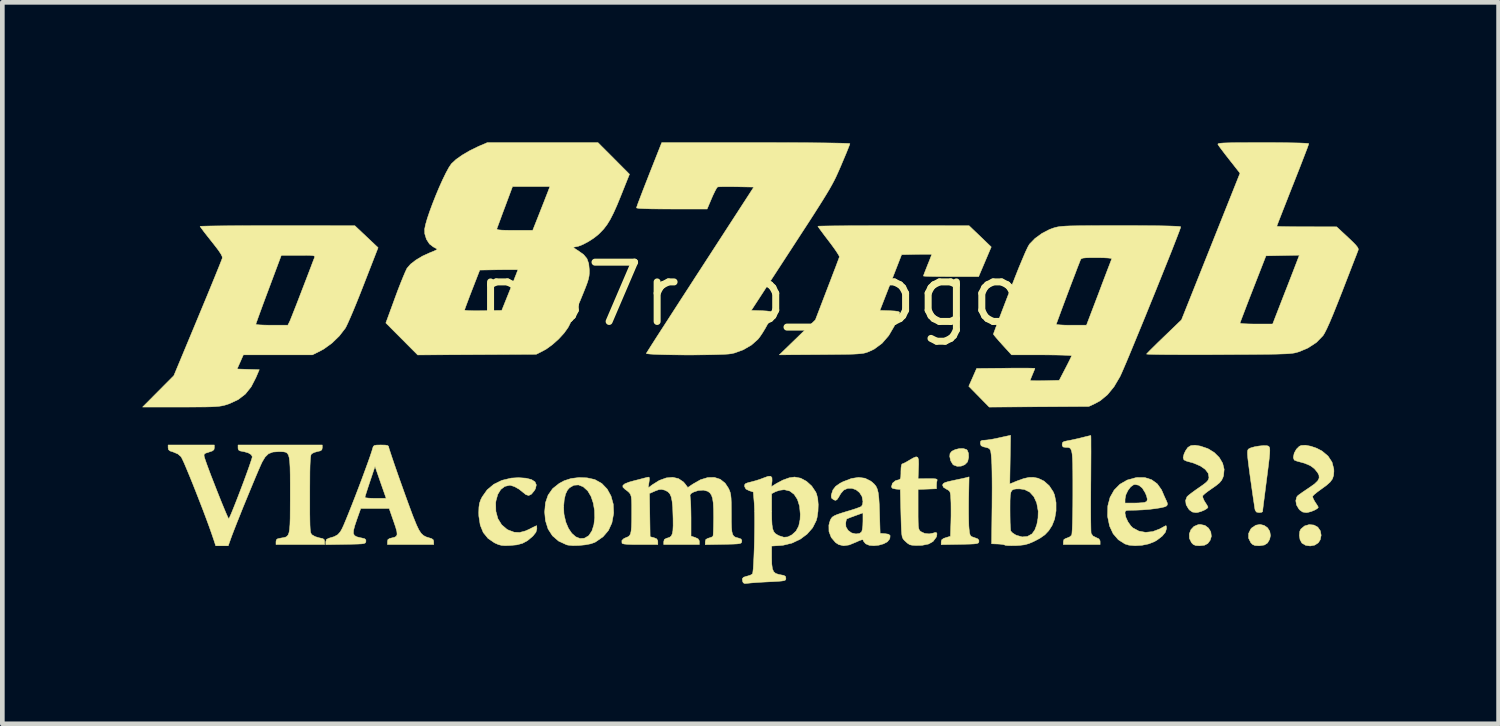
<source format=kicad_pcb>
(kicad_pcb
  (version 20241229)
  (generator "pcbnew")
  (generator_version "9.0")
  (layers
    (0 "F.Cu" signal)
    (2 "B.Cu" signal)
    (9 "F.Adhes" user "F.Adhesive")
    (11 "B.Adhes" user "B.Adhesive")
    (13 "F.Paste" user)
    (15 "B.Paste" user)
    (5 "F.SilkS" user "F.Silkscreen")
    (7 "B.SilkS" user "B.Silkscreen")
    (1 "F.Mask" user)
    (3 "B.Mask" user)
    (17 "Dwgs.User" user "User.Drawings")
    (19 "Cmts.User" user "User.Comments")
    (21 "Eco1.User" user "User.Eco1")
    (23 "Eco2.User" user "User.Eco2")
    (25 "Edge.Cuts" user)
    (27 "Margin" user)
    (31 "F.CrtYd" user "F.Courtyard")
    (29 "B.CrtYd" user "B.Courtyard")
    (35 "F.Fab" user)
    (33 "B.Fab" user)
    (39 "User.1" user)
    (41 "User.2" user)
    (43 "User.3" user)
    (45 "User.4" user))
  (footprint "p87rgb_logo"
    (layer "F.Cu")
    (at 13.022 3.256)
    (property "Reference" "p87rgb_logo" (at 0 0 0) (layer "F.SilkS") (effects (font (size 1.27 1.27) (thickness 0.15))))
    (attr through_hole)
    (fp_poly (pts (xy 12.074 4.941) (xy 12.156 4.986) (xy 12.21 5.064) (xy 12.228 5.159) (xy 12.208 5.256) (xy 12.166 5.322) (xy 12.089 5.371) (xy 11.993 5.389) (xy 11.896 5.375) (xy 11.819 5.329) (xy 11.815 5.326) (xy 11.776 5.255) (xy 11.761 5.164) (xy 11.77 5.075) (xy 11.793 5.027) (xy 11.873 4.96) (xy 11.972 4.931) (xy 12.074 4.941)) (stroke (width 0.01) (type solid)) (fill yes) (layer "F.SilkS"))
    (fp_poly (pts (xy 4.63 3.323) (xy 4.647 3.338) (xy 4.673 3.402) (xy 4.677 3.488) (xy 4.658 3.573) (xy 4.649 3.593) (xy 4.594 3.648) (xy 4.515 3.679) (xy 4.429 3.682) (xy 4.355 3.655) (xy 4.337 3.639) (xy 4.292 3.563) (xy 4.272 3.473) (xy 4.278 3.409) (xy 4.317 3.36) (xy 4.39 3.324) (xy 4.477 3.303) (xy 4.563 3.302) (xy 4.63 3.323)) (stroke (width 0.01) (type solid)) (fill yes) (layer "F.SilkS"))
    (fp_poly (pts (xy 9.739 4.949) (xy 9.816 5.007) (xy 9.864 5.088) (xy 9.876 5.183) (xy 9.851 5.266) (xy 9.799 5.336) (xy 9.728 5.373) (xy 9.624 5.384) (xy 9.622 5.384) (xy 9.541 5.379) (xy 9.489 5.357) (xy 9.451 5.318) (xy 9.406 5.226) (xy 9.404 5.129) (xy 9.438 5.04) (xy 9.504 4.97) (xy 9.594 4.932) (xy 9.639 4.928) (xy 9.739 4.949)) (stroke (width 0.01) (type solid)) (fill yes) (layer "F.SilkS"))
    (fp_poly (pts (xy 11.007 4.949) (xy 11.079 4.999) (xy 11.127 5.074) (xy 11.142 5.166) (xy 11.125 5.245) (xy 11.08 5.324) (xy 11.013 5.368) (xy 10.911 5.384) (xy 10.892 5.384) (xy 10.811 5.379) (xy 10.759 5.357) (xy 10.721 5.318) (xy 10.673 5.221) (xy 10.674 5.12) (xy 10.721 5.025) (xy 10.742 5.002) (xy 10.829 4.944) (xy 10.92 4.928) (xy 11.007 4.949)) (stroke (width 0.01) (type solid)) (fill yes) (layer "F.SilkS"))
    (fp_poly (pts (xy 11.065 3.241) (xy 11.095 3.249) (xy 11.11 3.26) (xy 11.12 3.276) (xy 11.127 3.305) (xy 11.128 3.35) (xy 11.125 3.417) (xy 11.116 3.513) (xy 11.101 3.641) (xy 11.08 3.808) (xy 11.053 4.018) (xy 11.047 4.064) (xy 11.026 4.229) (xy 11.007 4.377) (xy 10.991 4.501) (xy 10.98 4.592) (xy 10.974 4.645) (xy 10.973 4.655) (xy 10.951 4.668) (xy 10.899 4.674) (xy 10.841 4.662) (xy 10.814 4.621) (xy 10.813 4.616) (xy 10.805 4.576) (xy 10.793 4.493) (xy 10.775 4.375) (xy 10.754 4.23) (xy 10.731 4.066) (xy 10.715 3.956) (xy 10.689 3.765) (xy 10.67 3.618) (xy 10.657 3.508) (xy 10.651 3.43) (xy 10.65 3.378) (xy 10.654 3.344) (xy 10.663 3.323) (xy 10.671 3.313) (xy 10.719 3.288) (xy 10.8 3.265) (xy 10.897 3.248) (xy 10.991 3.239) (xy 11.065 3.241)) (stroke (width 0.01) (type solid)) (fill yes) (layer "F.SilkS"))
    (fp_poly (pts (xy 4.677 4.385) (xy 4.676 4.548) (xy 4.676 4.706) (xy 4.678 4.847) (xy 4.681 4.958) (xy 4.686 5.02) (xy 4.696 5.108) (xy 4.71 5.158) (xy 4.735 5.186) (xy 4.781 5.204) (xy 4.804 5.211) (xy 4.87 5.236) (xy 4.896 5.266) (xy 4.897 5.294) (xy 4.892 5.314) (xy 4.878 5.328) (xy 4.847 5.338) (xy 4.792 5.345) (xy 4.706 5.349) (xy 4.581 5.352) (xy 4.489 5.354) (xy 4.089 5.361) (xy 4.089 5.301) (xy 4.1 5.257) (xy 4.141 5.227) (xy 4.188 5.211) (xy 4.287 5.181) (xy 4.297 4.886) (xy 4.3 4.744) (xy 4.3 4.598) (xy 4.299 4.469) (xy 4.296 4.401) (xy 4.291 4.305) (xy 4.281 4.245) (xy 4.264 4.211) (xy 4.231 4.187) (xy 4.2 4.171) (xy 4.137 4.131) (xy 4.119 4.087) (xy 4.12 4.08) (xy 4.133 4.054) (xy 4.168 4.032) (xy 4.235 4.011) (xy 4.343 3.987) (xy 4.45 3.964) (xy 4.545 3.944) (xy 4.611 3.929) (xy 4.623 3.926) (xy 4.686 3.909) (xy 4.677 4.385)) (stroke (width 0.01) (type solid)) (fill yes) (layer "F.SilkS"))
    (fp_poly (pts (xy 9.639 3.249) (xy 9.802 3.304) (xy 9.939 3.388) (xy 10.046 3.495) (xy 10.118 3.617) (xy 10.15 3.748) (xy 10.137 3.882) (xy 10.125 3.919) (xy 10.096 3.98) (xy 10.052 4.034) (xy 9.982 4.092) (xy 9.895 4.153) (xy 9.808 4.214) (xy 9.739 4.267) (xy 9.697 4.306) (xy 9.69 4.316) (xy 9.695 4.357) (xy 9.722 4.419) (xy 9.74 4.448) (xy 9.779 4.509) (xy 9.802 4.551) (xy 9.804 4.559) (xy 9.782 4.587) (xy 9.727 4.62) (xy 9.656 4.65) (xy 9.584 4.67) (xy 9.546 4.674) (xy 9.47 4.662) (xy 9.41 4.62) (xy 9.388 4.595) (xy 9.336 4.506) (xy 9.324 4.414) (xy 9.354 4.336) (xy 9.387 4.304) (xy 9.453 4.253) (xy 9.539 4.19) (xy 9.601 4.147) (xy 9.701 4.077) (xy 9.766 4.026) (xy 9.803 3.985) (xy 9.82 3.947) (xy 9.825 3.92) (xy 9.809 3.832) (xy 9.746 3.749) (xy 9.64 3.675) (xy 9.494 3.613) (xy 9.341 3.57) (xy 9.289 3.545) (xy 9.272 3.496) (xy 9.291 3.419) (xy 9.322 3.352) (xy 9.373 3.278) (xy 9.438 3.239) (xy 9.526 3.231) (xy 9.639 3.249)) (stroke (width 0.01) (type solid)) (fill yes) (layer "F.SilkS"))
    (fp_poly (pts (xy 12.009 3.253) (xy 12.133 3.296) (xy 12.248 3.356) (xy 12.249 3.357) (xy 12.376 3.464) (xy 12.461 3.594) (xy 12.499 3.741) (xy 12.501 3.789) (xy 12.494 3.878) (xy 12.47 3.951) (xy 12.422 4.018) (xy 12.343 4.089) (xy 12.228 4.173) (xy 12.147 4.232) (xy 12.083 4.284) (xy 12.048 4.32) (xy 12.045 4.327) (xy 12.054 4.366) (xy 12.085 4.427) (xy 12.102 4.454) (xy 12.141 4.513) (xy 12.164 4.553) (xy 12.167 4.561) (xy 12.145 4.588) (xy 12.09 4.62) (xy 12.018 4.65) (xy 11.947 4.669) (xy 11.909 4.674) (xy 11.832 4.662) (xy 11.772 4.62) (xy 11.75 4.595) (xy 11.7 4.51) (xy 11.685 4.42) (xy 11.704 4.342) (xy 11.728 4.311) (xy 11.769 4.28) (xy 11.84 4.23) (xy 11.929 4.17) (xy 11.969 4.143) (xy 12.083 4.063) (xy 12.154 3.995) (xy 12.185 3.934) (xy 12.181 3.873) (xy 12.152 3.817) (xy 12.083 3.733) (xy 11.993 3.667) (xy 11.872 3.616) (xy 11.711 3.572) (xy 11.703 3.57) (xy 11.651 3.548) (xy 11.634 3.5) (xy 11.633 3.486) (xy 11.651 3.4) (xy 11.697 3.317) (xy 11.759 3.255) (xy 11.801 3.236) (xy 11.893 3.231) (xy 12.009 3.253)) (stroke (width 0.01) (type solid)) (fill yes) (layer "F.SilkS"))
    (fp_poly (pts (xy -4.805 3.937) (xy -4.687 3.967) (xy -4.612 4.015) (xy -4.584 4.081) (xy -4.602 4.162) (xy -4.627 4.205) (xy -4.689 4.28) (xy -4.747 4.308) (xy -4.808 4.289) (xy -4.86 4.247) (xy -4.954 4.172) (xy -5.052 4.117) (xy -5.137 4.09) (xy -5.154 4.089) (xy -5.259 4.113) (xy -5.346 4.18) (xy -5.41 4.285) (xy -5.448 4.422) (xy -5.454 4.465) (xy -5.45 4.646) (xy -5.407 4.804) (xy -5.327 4.934) (xy -5.213 5.032) (xy -5.182 5.048) (xy -5.06 5.094) (xy -4.942 5.1) (xy -4.814 5.066) (xy -4.734 5.03) (xy -4.658 4.991) (xy -4.601 4.964) (xy -4.578 4.953) (xy -4.574 4.975) (xy -4.572 5.024) (xy -4.592 5.095) (xy -4.656 5.176) (xy -4.667 5.186) (xy -4.773 5.275) (xy -4.879 5.332) (xy -5.001 5.365) (xy -5.144 5.378) (xy -5.253 5.382) (xy -5.33 5.376) (xy -5.396 5.359) (xy -5.468 5.327) (xy -5.481 5.321) (xy -5.619 5.226) (xy -5.721 5.1) (xy -5.785 4.942) (xy -5.815 4.749) (xy -5.817 4.673) (xy -5.813 4.559) (xy -5.801 4.475) (xy -5.774 4.398) (xy -5.745 4.34) (xy -5.638 4.188) (xy -5.495 4.068) (xy -5.321 3.983) (xy -5.121 3.935) (xy -4.966 3.926) (xy -4.805 3.937)) (stroke (width 0.01) (type solid)) (fill yes) (layer "F.SilkS"))
    (fp_poly (pts (xy -3.496 3.93) (xy -3.34 3.964) (xy -3.322 3.971) (xy -3.18 4.051) (xy -3.066 4.17) (xy -2.984 4.319) (xy -2.936 4.492) (xy -2.927 4.68) (xy -2.929 4.701) (xy -2.965 4.895) (xy -3.039 5.057) (xy -3.154 5.191) (xy -3.312 5.301) (xy -3.334 5.313) (xy -3.421 5.343) (xy -3.539 5.365) (xy -3.671 5.378) (xy -3.799 5.381) (xy -3.904 5.371) (xy -3.937 5.363) (xy -4.107 5.284) (xy -4.238 5.171) (xy -4.332 5.025) (xy -4.388 4.846) (xy -4.405 4.661) (xy -4.394 4.539) (xy -3.998 4.539) (xy -3.993 4.684) (xy -3.989 4.718) (xy -3.952 4.878) (xy -3.895 5.013) (xy -3.823 5.119) (xy -3.739 5.193) (xy -3.649 5.229) (xy -3.557 5.224) (xy -3.47 5.175) (xy -3.455 5.161) (xy -3.392 5.065) (xy -3.351 4.936) (xy -3.333 4.786) (xy -3.337 4.626) (xy -3.364 4.469) (xy -3.412 4.327) (xy -3.481 4.211) (xy -3.484 4.207) (xy -3.579 4.121) (xy -3.68 4.081) (xy -3.78 4.088) (xy -3.871 4.141) (xy -3.916 4.191) (xy -3.958 4.278) (xy -3.986 4.399) (xy -3.998 4.539) (xy -4.394 4.539) (xy -4.388 4.464) (xy -4.331 4.299) (xy -4.234 4.161) (xy -4.092 4.048) (xy -3.988 3.992) (xy -3.84 3.944) (xy -3.67 3.923) (xy -3.496 3.93)) (stroke (width 0.01) (type solid)) (fill yes) (layer "F.SilkS"))
    (fp_poly (pts (xy 7.296 3.047) (xy 7.297 3.117) (xy 7.297 3.227) (xy 7.298 3.372) (xy 7.297 3.546) (xy 7.296 3.744) (xy 7.295 3.96) (xy 7.294 4.042) (xy 7.293 4.267) (xy 7.292 4.478) (xy 7.292 4.668) (xy 7.293 4.832) (xy 7.295 4.965) (xy 7.297 5.061) (xy 7.3 5.113) (xy 7.301 5.12) (xy 7.34 5.175) (xy 7.404 5.207) (xy 7.467 5.236) (xy 7.491 5.276) (xy 7.493 5.298) (xy 7.493 5.359) (xy 6.706 5.359) (xy 6.706 5.298) (xy 6.718 5.25) (xy 6.765 5.224) (xy 6.782 5.22) (xy 6.845 5.193) (xy 6.884 5.156) (xy 6.89 5.118) (xy 6.896 5.032) (xy 6.901 4.905) (xy 6.905 4.738) (xy 6.908 4.538) (xy 6.909 4.306) (xy 6.909 4.233) (xy 6.909 3.987) (xy 6.908 3.788) (xy 6.906 3.63) (xy 6.901 3.508) (xy 6.894 3.418) (xy 6.882 3.355) (xy 6.866 3.315) (xy 6.845 3.291) (xy 6.818 3.28) (xy 6.783 3.277) (xy 6.755 3.277) (xy 6.701 3.269) (xy 6.682 3.239) (xy 6.68 3.215) (xy 6.688 3.175) (xy 6.719 3.152) (xy 6.787 3.137) (xy 6.788 3.137) (xy 6.867 3.122) (xy 6.973 3.099) (xy 7.084 3.073) (xy 7.091 3.071) (xy 7.183 3.048) (xy 7.254 3.031) (xy 7.291 3.023) (xy 7.294 3.023) (xy 7.296 3.047)) (stroke (width 0.01) (type solid)) (fill yes) (layer "F.SilkS"))
    (fp_poly (pts (xy 3.587 3.49) (xy 3.603 3.54) (xy 3.606 3.634) (xy 3.603 3.715) (xy 3.594 3.95) (xy 3.805 3.947) (xy 3.909 3.947) (xy 3.972 3.952) (xy 4 3.962) (xy 4.002 3.98) (xy 4.002 3.981) (xy 3.991 4.033) (xy 3.988 4.09) (xy 3.988 4.163) (xy 3.791 4.171) (xy 3.594 4.178) (xy 3.594 4.606) (xy 3.594 4.763) (xy 3.596 4.877) (xy 3.599 4.956) (xy 3.606 5.008) (xy 3.617 5.041) (xy 3.633 5.064) (xy 3.654 5.082) (xy 3.733 5.119) (xy 3.83 5.13) (xy 3.921 5.113) (xy 3.936 5.106) (xy 3.98 5.098) (xy 3.999 5.127) (xy 3.99 5.184) (xy 3.979 5.207) (xy 3.914 5.293) (xy 3.819 5.347) (xy 3.686 5.374) (xy 3.638 5.377) (xy 3.542 5.378) (xy 3.461 5.372) (xy 3.416 5.362) (xy 3.364 5.328) (xy 3.307 5.276) (xy 3.302 5.271) (xy 3.28 5.247) (xy 3.264 5.22) (xy 3.252 5.185) (xy 3.244 5.133) (xy 3.238 5.058) (xy 3.233 4.951) (xy 3.229 4.806) (xy 3.226 4.691) (xy 3.213 4.178) (xy 3.118 4.17) (xy 3.047 4.155) (xy 3.023 4.125) (xy 3.023 4.124) (xy 3.045 4.045) (xy 3.108 3.992) (xy 3.149 3.979) (xy 3.19 3.969) (xy 3.213 3.95) (xy 3.223 3.91) (xy 3.226 3.837) (xy 3.226 3.798) (xy 3.229 3.713) (xy 3.239 3.653) (xy 3.251 3.632) (xy 3.285 3.62) (xy 3.346 3.588) (xy 3.4 3.556) (xy 3.491 3.503) (xy 3.551 3.479) (xy 3.587 3.49)) (stroke (width 0.01) (type solid)) (fill yes) (layer "F.SilkS"))
    (fp_poly (pts (xy 3.067 -1.472) (xy 4.686 -1.471) (xy 4.924 -1.244) (xy 5.161 -1.016) (xy 5.026 -0.699) (xy 4.891 -0.381) (xy 4.3 -0.381) (xy 4.132 -0.382) (xy 3.984 -0.383) (xy 3.86 -0.385) (xy 3.769 -0.388) (xy 3.717 -0.392) (xy 3.708 -0.394) (xy 3.717 -0.422) (xy 3.741 -0.486) (xy 3.776 -0.574) (xy 3.797 -0.628) (xy 3.836 -0.724) (xy 3.866 -0.801) (xy 3.884 -0.848) (xy 3.886 -0.857) (xy 3.862 -0.859) (xy 3.797 -0.86) (xy 3.701 -0.86) (xy 3.582 -0.858) (xy 3.563 -0.858) (xy 3.241 -0.851) (xy 2.776 0.343) (xy 2.988 0.35) (xy 3.095 0.356) (xy 3.16 0.364) (xy 3.192 0.378) (xy 3.2 0.397) (xy 3.19 0.435) (xy 3.161 0.508) (xy 3.12 0.602) (xy 3.088 0.672) (xy 2.965 0.883) (xy 2.821 1.049) (xy 2.654 1.172) (xy 2.546 1.223) (xy 2.506 1.239) (xy 2.466 1.252) (xy 2.422 1.262) (xy 2.366 1.269) (xy 2.295 1.275) (xy 2.2 1.28) (xy 2.078 1.283) (xy 1.922 1.285) (xy 1.726 1.287) (xy 1.511 1.289) (xy 0.622 1.295) (xy 1.394 0.546) (xy 1.647 -0.114) (xy 1.714 -0.288) (xy 1.774 -0.446) (xy 1.827 -0.583) (xy 1.868 -0.693) (xy 1.896 -0.768) (xy 1.909 -0.804) (xy 1.909 -0.805) (xy 1.897 -0.834) (xy 1.859 -0.896) (xy 1.8 -0.982) (xy 1.725 -1.085) (xy 1.683 -1.14) (xy 1.601 -1.247) (xy 1.532 -1.34) (xy 1.48 -1.41) (xy 1.452 -1.452) (xy 1.448 -1.46) (xy 1.472 -1.462) (xy 1.544 -1.464) (xy 1.657 -1.466) (xy 1.809 -1.468) (xy 1.994 -1.469) (xy 2.209 -1.471) (xy 2.449 -1.471) (xy 2.71 -1.472) (xy 2.988 -1.472) (xy 3.067 -1.472)) (stroke (width 0.01) (type solid)) (fill yes) (layer "F.SilkS"))
    (fp_poly (pts (xy 8.453 3.924) (xy 8.598 3.971) (xy 8.718 4.059) (xy 8.807 4.184) (xy 8.824 4.221) (xy 8.862 4.31) (xy 8.901 4.396) (xy 8.91 4.414) (xy 8.934 4.473) (xy 8.933 4.509) (xy 8.914 4.533) (xy 8.871 4.552) (xy 8.788 4.571) (xy 8.675 4.589) (xy 8.543 4.605) (xy 8.402 4.616) (xy 8.263 4.622) (xy 8.205 4.623) (xy 8.112 4.624) (xy 8.059 4.629) (xy 8.034 4.643) (xy 8.027 4.669) (xy 8.026 4.687) (xy 8.044 4.773) (xy 8.089 4.871) (xy 8.151 4.959) (xy 8.194 5.001) (xy 8.321 5.07) (xy 8.466 5.097) (xy 8.62 5.081) (xy 8.772 5.023) (xy 8.785 5.016) (xy 8.85 4.98) (xy 8.895 4.957) (xy 8.905 4.953) (xy 8.913 4.975) (xy 8.915 5.015) (xy 8.892 5.094) (xy 8.824 5.177) (xy 8.718 5.259) (xy 8.657 5.296) (xy 8.535 5.344) (xy 8.391 5.374) (xy 8.242 5.383) (xy 8.108 5.371) (xy 8.026 5.346) (xy 7.883 5.255) (xy 7.772 5.126) (xy 7.696 4.962) (xy 7.655 4.765) (xy 7.653 4.736) (xy 7.658 4.531) (xy 7.674 4.47) (xy 8.026 4.47) (xy 8.211 4.47) (xy 8.311 4.468) (xy 8.397 4.462) (xy 8.451 4.455) (xy 8.452 4.454) (xy 8.494 4.432) (xy 8.505 4.388) (xy 8.488 4.317) (xy 8.46 4.25) (xy 8.397 4.148) (xy 8.322 4.088) (xy 8.242 4.072) (xy 8.209 4.079) (xy 8.147 4.123) (xy 8.089 4.2) (xy 8.045 4.292) (xy 8.027 4.383) (xy 8.027 4.388) (xy 8.026 4.47) (xy 7.674 4.47) (xy 7.706 4.348) (xy 7.794 4.192) (xy 7.917 4.067) (xy 8.073 3.977) (xy 8.259 3.926) (xy 8.289 3.922) (xy 8.453 3.924)) (stroke (width 0.01) (type solid)) (fill yes) (layer "F.SilkS"))
    (fp_poly (pts (xy 5.558 4.06) (xy 5.715 3.996) (xy 5.854 3.946) (xy 5.966 3.921) (xy 6.064 3.919) (xy 6.164 3.938) (xy 6.164 3.938) (xy 6.291 3.999) (xy 6.403 4.099) (xy 6.488 4.228) (xy 6.517 4.297) (xy 6.549 4.46) (xy 6.549 4.638) (xy 6.519 4.811) (xy 6.464 4.95) (xy 6.393 5.061) (xy 6.31 5.149) (xy 6.201 5.225) (xy 6.071 5.293) (xy 5.969 5.337) (xy 5.877 5.363) (xy 5.77 5.376) (xy 5.69 5.381) (xy 5.589 5.382) (xy 5.509 5.38) (xy 5.461 5.374) (xy 5.455 5.37) (xy 5.421 5.359) (xy 5.353 5.35) (xy 5.303 5.347) (xy 5.169 5.342) (xy 5.177 4.622) (xy 5.563 4.622) (xy 5.564 4.762) (xy 5.566 4.888) (xy 5.571 4.987) (xy 5.576 5.051) (xy 5.579 5.068) (xy 5.611 5.105) (xy 5.672 5.146) (xy 5.7 5.16) (xy 5.823 5.195) (xy 5.936 5.185) (xy 6.033 5.131) (xy 6.037 5.127) (xy 6.095 5.045) (xy 6.138 4.928) (xy 6.163 4.791) (xy 6.167 4.649) (xy 6.166 4.637) (xy 6.135 4.467) (xy 6.074 4.333) (xy 5.985 4.235) (xy 5.872 4.179) (xy 5.77 4.166) (xy 5.697 4.167) (xy 5.643 4.175) (xy 5.606 4.196) (xy 5.582 4.238) (xy 5.569 4.308) (xy 5.564 4.412) (xy 5.563 4.558) (xy 5.563 4.622) (xy 5.177 4.622) (xy 5.178 4.557) (xy 5.179 4.349) (xy 5.18 4.145) (xy 5.179 3.955) (xy 5.177 3.788) (xy 5.174 3.651) (xy 5.169 3.554) (xy 5.168 3.538) (xy 5.159 3.427) (xy 5.149 3.356) (xy 5.13 3.315) (xy 5.096 3.291) (xy 5.041 3.275) (xy 4.997 3.266) (xy 4.944 3.242) (xy 4.928 3.194) (xy 4.928 3.187) (xy 4.935 3.143) (xy 4.968 3.126) (xy 5.01 3.124) (xy 5.077 3.118) (xy 5.173 3.104) (xy 5.271 3.085) (xy 5.369 3.063) (xy 5.456 3.044) (xy 5.512 3.032) (xy 5.575 3.019) (xy 5.558 4.06)) (stroke (width 0.01) (type solid)) (fill yes) (layer "F.SilkS"))
    (fp_poly (pts (xy 2.457 3.938) (xy 2.58 4) (xy 2.602 4.017) (xy 2.653 4.062) (xy 2.692 4.11) (xy 2.72 4.17) (xy 2.74 4.25) (xy 2.753 4.357) (xy 2.762 4.5) (xy 2.768 4.674) (xy 2.781 5.118) (xy 2.889 5.126) (xy 2.964 5.138) (xy 2.995 5.167) (xy 2.99 5.221) (xy 2.981 5.244) (xy 2.936 5.3) (xy 2.855 5.343) (xy 2.753 5.372) (xy 2.647 5.383) (xy 2.549 5.375) (xy 2.475 5.344) (xy 2.464 5.334) (xy 2.426 5.288) (xy 2.413 5.257) (xy 2.393 5.255) (xy 2.339 5.273) (xy 2.264 5.307) (xy 2.261 5.308) (xy 2.118 5.367) (xy 1.998 5.384) (xy 1.895 5.36) (xy 1.827 5.316) (xy 1.734 5.207) (xy 1.685 5.079) (xy 1.683 4.942) (xy 1.697 4.893) (xy 2.043 4.893) (xy 2.049 4.98) (xy 2.095 5.056) (xy 2.17 5.11) (xy 2.262 5.131) (xy 2.34 5.121) (xy 2.382 5.089) (xy 2.387 5.082) (xy 2.4 5.032) (xy 2.41 4.95) (xy 2.413 4.856) (xy 2.413 4.68) (xy 2.242 4.742) (xy 2.157 4.773) (xy 2.094 4.798) (xy 2.065 4.81) (xy 2.064 4.811) (xy 2.055 4.837) (xy 2.043 4.893) (xy 2.043 4.893) (xy 1.697 4.893) (xy 1.711 4.842) (xy 1.731 4.803) (xy 1.756 4.771) (xy 1.797 4.744) (xy 1.86 4.716) (xy 1.955 4.684) (xy 2.088 4.643) (xy 2.121 4.634) (xy 2.225 4.601) (xy 2.311 4.571) (xy 2.368 4.548) (xy 2.381 4.541) (xy 2.404 4.499) (xy 2.413 4.436) (xy 2.393 4.329) (xy 2.34 4.245) (xy 2.265 4.185) (xy 2.177 4.154) (xy 2.086 4.155) (xy 2.002 4.192) (xy 1.936 4.268) (xy 1.936 4.269) (xy 1.888 4.352) (xy 1.856 4.397) (xy 1.828 4.412) (xy 1.797 4.404) (xy 1.78 4.395) (xy 1.74 4.363) (xy 1.733 4.316) (xy 1.738 4.285) (xy 1.77 4.188) (xy 1.829 4.111) (xy 1.924 4.045) (xy 1.988 4.012) (xy 2.165 3.944) (xy 2.32 3.92) (xy 2.457 3.938)) (stroke (width 0.01) (type solid)) (fill yes) (layer "F.SilkS"))
    (fp_poly (pts (xy -7.818 3.228) (xy -7.767 3.238) (xy -7.748 3.256) (xy -7.747 3.264) (xy -7.739 3.298) (xy -7.715 3.372) (xy -7.679 3.481) (xy -7.633 3.617) (xy -7.579 3.773) (xy -7.52 3.942) (xy -7.457 4.118) (xy -7.394 4.294) (xy -7.333 4.462) (xy -7.276 4.617) (xy -7.226 4.751) (xy -7.211 4.788) (xy -7.151 4.936) (xy -7.1 5.043) (xy -7.052 5.117) (xy -7.001 5.165) (xy -6.941 5.196) (xy -6.894 5.21) (xy -6.823 5.233) (xy -6.79 5.259) (xy -6.782 5.299) (xy -6.782 5.359) (xy -7.772 5.359) (xy -7.772 5.297) (xy -7.763 5.252) (xy -7.725 5.228) (xy -7.684 5.218) (xy -7.622 5.203) (xy -7.583 5.181) (xy -7.566 5.142) (xy -7.571 5.081) (xy -7.597 4.987) (xy -7.64 4.861) (xy -7.736 4.585) (xy -8.344 4.585) (xy -8.425 4.813) (xy -8.472 4.952) (xy -8.498 5.052) (xy -8.502 5.12) (xy -8.48 5.164) (xy -8.432 5.192) (xy -8.355 5.212) (xy -8.323 5.218) (xy -8.26 5.234) (xy -8.235 5.259) (xy -8.234 5.291) (xy -8.239 5.311) (xy -8.251 5.326) (xy -8.278 5.337) (xy -8.327 5.344) (xy -8.406 5.348) (xy -8.521 5.351) (xy -8.668 5.354) (xy -9.093 5.361) (xy -9.093 5.299) (xy -9.079 5.249) (xy -9.027 5.223) (xy -9.023 5.222) (xy -8.913 5.189) (xy -8.837 5.147) (xy -8.781 5.083) (xy -8.746 5.021) (xy -8.711 4.946) (xy -8.663 4.831) (xy -8.604 4.686) (xy -8.537 4.518) (xy -8.471 4.349) (xy -8.255 4.349) (xy -8.231 4.358) (xy -8.169 4.365) (xy -8.078 4.368) (xy -8.028 4.369) (xy -7.8 4.369) (xy -7.92 4.027) (xy -8.039 3.684) (xy -8.147 4.007) (xy -8.187 4.127) (xy -8.22 4.23) (xy -8.244 4.306) (xy -8.255 4.346) (xy -8.255 4.349) (xy -8.471 4.349) (xy -8.465 4.334) (xy -8.392 4.143) (xy -8.32 3.953) (xy -8.253 3.771) (xy -8.193 3.606) (xy -8.143 3.465) (xy -8.107 3.357) (xy -8.089 3.295) (xy -8.076 3.257) (xy -8.054 3.237) (xy -8.009 3.228) (xy -7.928 3.226) (xy -7.909 3.226) (xy -7.818 3.228)) (stroke (width 0.01) (type solid)) (fill yes) (layer "F.SilkS"))
    (fp_poly (pts (xy 0.468 -3.251) (xy 0.792 -3.25) (xy 1.089 -3.249) (xy 1.354 -3.247) (xy 1.585 -3.245) (xy 1.78 -3.242) (xy 1.935 -3.239) (xy 2.047 -3.235) (xy 2.114 -3.232) (xy 2.134 -3.228) (xy 2.124 -3.199) (xy 2.097 -3.13) (xy 2.057 -3.03) (xy 2.005 -2.907) (xy 1.946 -2.767) (xy 1.944 -2.762) (xy 1.904 -2.67) (xy 1.867 -2.587) (xy 1.831 -2.508) (xy 1.792 -2.43) (xy 1.748 -2.348) (xy 1.697 -2.257) (xy 1.636 -2.155) (xy 1.563 -2.036) (xy 1.475 -1.896) (xy 1.37 -1.731) (xy 1.245 -1.537) (xy 1.097 -1.31) (xy 0.925 -1.045) (xy 0.888 -0.988) (xy 0.021 0.343) (xy 0.252 0.35) (xy 0.353 0.356) (xy 0.432 0.365) (xy 0.476 0.376) (xy 0.483 0.381) (xy 0.47 0.432) (xy 0.435 0.513) (xy 0.384 0.613) (xy 0.325 0.72) (xy 0.263 0.823) (xy 0.204 0.91) (xy 0.164 0.961) (xy 0.024 1.085) (xy -0.148 1.185) (xy -0.335 1.254) (xy -0.404 1.27) (xy -0.47 1.278) (xy -0.573 1.284) (xy -0.706 1.289) (xy -0.863 1.293) (xy -1.037 1.295) (xy -1.22 1.297) (xy -1.406 1.297) (xy -1.589 1.295) (xy -1.761 1.293) (xy -1.916 1.289) (xy -2.047 1.284) (xy -2.147 1.278) (xy -2.21 1.271) (xy -2.228 1.264) (xy -2.212 1.238) (xy -2.171 1.173) (xy -2.107 1.072) (xy -2.021 0.937) (xy -1.915 0.773) (xy -1.792 0.583) (xy -1.654 0.369) (xy -1.503 0.135) (xy -1.34 -0.116) (xy -1.169 -0.381) (xy -1.07 -0.533) (xy 0.075 -2.299) (xy -0.298 -2.306) (xy -0.432 -2.308) (xy -0.549 -2.308) (xy -0.639 -2.306) (xy -0.691 -2.303) (xy -0.7 -2.302) (xy -0.722 -2.275) (xy -0.757 -2.211) (xy -0.8 -2.122) (xy -0.827 -2.06) (xy -0.925 -1.829) (xy -1.682 -1.829) (xy -1.928 -1.83) (xy -2.126 -1.832) (xy -2.277 -1.837) (xy -2.379 -1.842) (xy -2.431 -1.85) (xy -2.438 -1.855) (xy -2.429 -1.884) (xy -2.404 -1.955) (xy -2.364 -2.06) (xy -2.313 -2.194) (xy -2.252 -2.351) (xy -2.184 -2.524) (xy -2.168 -2.566) (xy -1.897 -3.251) (xy 0.118 -3.251) (xy 0.468 -3.251)) (stroke (width 0.01) (type solid)) (fill yes) (layer "F.SilkS"))
    (fp_poly (pts (xy -10.128 -1.472) (xy -8.471 -1.471) (xy -7.973 -1.001) (xy -8.284 -0.202) (xy -8.361 -0.006) (xy -8.436 0.181) (xy -8.506 0.351) (xy -8.569 0.498) (xy -8.621 0.615) (xy -8.659 0.695) (xy -8.675 0.724) (xy -8.804 0.891) (xy -8.963 1.045) (xy -9.136 1.17) (xy -9.205 1.208) (xy -9.379 1.295) (xy -10.859 1.295) (xy -10.926 1.447) (xy -10.993 1.598) (xy -10.756 1.606) (xy -10.518 1.613) (xy -10.591 1.784) (xy -10.692 1.98) (xy -10.816 2.135) (xy -10.969 2.253) (xy -11.158 2.341) (xy -11.223 2.363) (xy -11.272 2.377) (xy -11.323 2.388) (xy -11.383 2.397) (xy -11.457 2.403) (xy -11.552 2.408) (xy -11.674 2.411) (xy -11.83 2.412) (xy -12.025 2.413) (xy -12.201 2.413) (xy -13.017 2.413) (xy -12.682 2.076) (xy -12.348 1.74) (xy -11.89 0.641) (xy -10.592 0.641) (xy -10.568 0.648) (xy -10.503 0.654) (xy -10.405 0.658) (xy -10.284 0.66) (xy -10.25 0.66) (xy -9.907 0.66) (xy -9.872 0.591) (xy -9.853 0.549) (xy -9.82 0.466) (xy -9.774 0.35) (xy -9.718 0.208) (xy -9.656 0.047) (xy -9.594 -0.114) (xy -9.528 -0.285) (xy -9.468 -0.442) (xy -9.416 -0.578) (xy -9.375 -0.687) (xy -9.346 -0.761) (xy -9.334 -0.794) (xy -9.33 -0.811) (xy -9.341 -0.823) (xy -9.374 -0.831) (xy -9.435 -0.836) (xy -9.532 -0.838) (xy -9.672 -0.838) (xy -10.046 -0.838) (xy -10.319 -0.108) (xy -10.387 0.074) (xy -10.449 0.241) (xy -10.502 0.386) (xy -10.545 0.504) (xy -10.575 0.589) (xy -10.591 0.635) (xy -10.592 0.641) (xy -11.89 0.641) (xy -11.835 0.508) (xy -11.736 0.27) (xy -11.643 0.046) (xy -11.558 -0.161) (xy -11.482 -0.346) (xy -11.418 -0.504) (xy -11.367 -0.63) (xy -11.331 -0.721) (xy -11.312 -0.771) (xy -11.31 -0.779) (xy -11.314 -0.813) (xy -11.341 -0.867) (xy -11.393 -0.945) (xy -11.475 -1.052) (xy -11.542 -1.137) (xy -11.626 -1.243) (xy -11.698 -1.335) (xy -11.751 -1.406) (xy -11.781 -1.449) (xy -11.786 -1.457) (xy -11.761 -1.46) (xy -11.69 -1.462) (xy -11.576 -1.465) (xy -11.424 -1.467) (xy -11.238 -1.469) (xy -11.023 -1.47) (xy -10.782 -1.471) (xy -10.519 -1.472) (xy -10.24 -1.472) (xy -10.128 -1.472)) (stroke (width 0.01) (type solid)) (fill yes) (layer "F.SilkS"))
    (fp_poly (pts (xy 0.464 3.926) (xy 0.466 3.993) (xy 0.464 4.014) (xy 0.45 4.12) (xy 0.558 4.052) (xy 0.699 3.977) (xy 0.836 3.928) (xy 0.949 3.912) (xy 1.079 3.937) (xy 1.204 4.004) (xy 1.315 4.105) (xy 1.401 4.233) (xy 1.417 4.267) (xy 1.444 4.37) (xy 1.455 4.502) (xy 1.45 4.645) (xy 1.43 4.781) (xy 1.412 4.846) (xy 1.335 4.999) (xy 1.216 5.135) (xy 1.066 5.246) (xy 0.891 5.328) (xy 0.701 5.374) (xy 0.641 5.379) (xy 0.457 5.391) (xy 0.457 5.636) (xy 0.46 5.776) (xy 0.473 5.874) (xy 0.499 5.938) (xy 0.543 5.977) (xy 0.61 5.999) (xy 0.647 6.006) (xy 0.719 6.02) (xy 0.753 6.041) (xy 0.762 6.077) (xy 0.762 6.081) (xy 0.76 6.104) (xy 0.75 6.12) (xy 0.723 6.132) (xy 0.671 6.14) (xy 0.588 6.147) (xy 0.465 6.154) (xy 0.4 6.157) (xy 0.261 6.164) (xy 0.133 6.172) (xy 0.027 6.18) (xy -0.043 6.187) (xy -0.055 6.189) (xy -0.118 6.194) (xy -0.15 6.179) (xy -0.164 6.15) (xy -0.172 6.093) (xy -0.145 6.059) (xy -0.077 6.037) (xy -0.066 6.035) (xy -0.000059 6.015) (xy 0.044 5.989) (xy 0.046 5.987) (xy 0.054 5.953) (xy 0.063 5.875) (xy 0.07 5.762) (xy 0.077 5.621) (xy 0.083 5.461) (xy 0.088 5.289) (xy 0.091 5.112) (xy 0.093 4.939) (xy 0.093 4.778) (xy 0.091 4.635) (xy 0.087 4.519) (xy 0.083 4.46) (xy 0.067 4.269) (xy 0.457 4.269) (xy 0.457 4.643) (xy 0.459 4.808) (xy 0.465 4.931) (xy 0.478 5.018) (xy 0.5 5.079) (xy 0.534 5.122) (xy 0.583 5.153) (xy 0.619 5.171) (xy 0.719 5.202) (xy 0.804 5.195) (xy 0.892 5.15) (xy 0.98 5.069) (xy 1.037 4.963) (xy 1.066 4.824) (xy 1.071 4.709) (xy 1.055 4.536) (xy 1.01 4.392) (xy 0.939 4.283) (xy 0.845 4.212) (xy 0.731 4.184) (xy 0.719 4.184) (xy 0.629 4.196) (xy 0.543 4.224) (xy 0.539 4.226) (xy 0.457 4.269) (xy 0.067 4.269) (xy 0.064 4.233) (xy -0.025 4.204) (xy -0.093 4.17) (xy -0.12 4.121) (xy -0.122 4.112) (xy -0.121 4.077) (xy -0.101 4.053) (xy -0.051 4.034) (xy 0.018 4.017) (xy 0.126 3.988) (xy 0.236 3.951) (xy 0.285 3.932) (xy 0.379 3.898) (xy 0.437 3.895) (xy 0.464 3.926)) (stroke (width 0.01) (type solid)) (fill yes) (layer "F.SilkS"))
    (fp_poly (pts (xy 11.223 -3.251) (xy 11.436 -3.249) (xy 11.619 -3.246) (xy 11.767 -3.243) (xy 11.877 -3.238) (xy 11.944 -3.233) (xy 11.963 -3.228) (xy 11.954 -3.2) (xy 11.929 -3.13) (xy 11.888 -3.023) (xy 11.835 -2.886) (xy 11.772 -2.723) (xy 11.7 -2.54) (xy 11.622 -2.342) (xy 11.62 -2.338) (xy 11.542 -2.14) (xy 11.471 -1.958) (xy 11.407 -1.796) (xy 11.354 -1.66) (xy 11.313 -1.555) (xy 11.287 -1.486) (xy 11.278 -1.459) (xy 11.278 -1.459) (xy 11.302 -1.456) (xy 11.37 -1.453) (xy 11.476 -1.451) (xy 11.612 -1.449) (xy 11.772 -1.448) (xy 11.919 -1.448) (xy 12.56 -1.447) (xy 12.8 -1.224) (xy 12.902 -1.127) (xy 12.97 -1.057) (xy 13.009 -1.008) (xy 13.024 -0.973) (xy 13.022 -0.951) (xy 13.009 -0.917) (xy 12.98 -0.84) (xy 12.936 -0.728) (xy 12.881 -0.586) (xy 12.817 -0.42) (xy 12.745 -0.235) (xy 12.681 -0.069) (xy 12.575 0.199) (xy 12.486 0.421) (xy 12.411 0.599) (xy 12.35 0.734) (xy 12.301 0.83) (xy 12.268 0.884) (xy 12.127 1.029) (xy 11.947 1.147) (xy 11.764 1.225) (xy 11.728 1.236) (xy 11.693 1.246) (xy 11.655 1.255) (xy 11.608 1.262) (xy 11.55 1.268) (xy 11.475 1.273) (xy 11.381 1.276) (xy 11.262 1.28) (xy 11.114 1.282) (xy 10.934 1.284) (xy 10.717 1.286) (xy 10.459 1.287) (xy 10.156 1.289) (xy 10.037 1.29) (xy 9.761 1.291) (xy 9.501 1.291) (xy 9.261 1.291) (xy 9.046 1.29) (xy 8.859 1.289) (xy 8.706 1.287) (xy 8.59 1.284) (xy 8.516 1.281) (xy 8.488 1.278) (xy 8.487 1.278) (xy 8.508 1.255) (xy 8.559 1.202) (xy 8.636 1.126) (xy 8.732 1.031) (xy 8.843 0.924) (xy 8.866 0.902) (xy 9.163 0.616) (xy 10.49 0.616) (xy 10.514 0.623) (xy 10.58 0.629) (xy 10.678 0.633) (xy 10.799 0.635) (xy 10.84 0.635) (xy 11.189 0.635) (xy 11.428 0.019) (xy 11.496 -0.154) (xy 11.56 -0.319) (xy 11.617 -0.466) (xy 11.664 -0.588) (xy 11.698 -0.676) (xy 11.714 -0.718) (xy 11.761 -0.84) (xy 11.403 -0.833) (xy 11.046 -0.826) (xy 10.768 -0.114) (xy 10.698 0.065) (xy 10.635 0.229) (xy 10.581 0.371) (xy 10.537 0.486) (xy 10.506 0.568) (xy 10.491 0.611) (xy 10.49 0.616) (xy 9.163 0.616) (xy 9.236 0.546) (xy 9.863 -1.025) (xy 10.49 -2.596) (xy 10.26 -2.888) (xy 10.177 -2.994) (xy 10.106 -3.088) (xy 10.051 -3.161) (xy 10.02 -3.207) (xy 10.016 -3.215) (xy 10.018 -3.224) (xy 10.036 -3.232) (xy 10.074 -3.238) (xy 10.136 -3.243) (xy 10.227 -3.246) (xy 10.351 -3.249) (xy 10.512 -3.25) (xy 10.715 -3.251) (xy 10.964 -3.251) (xy 10.983 -3.251) (xy 11.223 -3.251)) (stroke (width 0.01) (type solid)) (fill yes) (layer "F.SilkS"))
    (fp_poly (pts (xy -2.925 -2.913) (xy -2.588 -2.574) (xy -2.769 -2.121) (xy -2.855 -1.911) (xy -2.931 -1.742) (xy -3.001 -1.605) (xy -3.069 -1.494) (xy -3.14 -1.401) (xy -3.22 -1.317) (xy -3.26 -1.279) (xy -3.358 -1.202) (xy -3.47 -1.13) (xy -3.584 -1.07) (xy -3.686 -1.03) (xy -3.758 -1.016) (xy -3.785 -1.012) (xy -3.778 -0.996) (xy -3.732 -0.964) (xy -3.683 -0.933) (xy -3.571 -0.853) (xy -3.499 -0.766) (xy -3.461 -0.659) (xy -3.448 -0.518) (xy -3.448 -0.515) (xy -3.449 -0.452) (xy -3.454 -0.395) (xy -3.466 -0.334) (xy -3.488 -0.26) (xy -3.523 -0.166) (xy -3.572 -0.043) (xy -3.638 0.118) (xy -3.641 0.126) (xy -3.706 0.278) (xy -3.769 0.422) (xy -3.825 0.548) (xy -3.871 0.647) (xy -3.903 0.708) (xy -3.904 0.71) (xy -3.989 0.829) (xy -4.104 0.955) (xy -4.236 1.073) (xy -4.367 1.169) (xy -4.433 1.206) (xy -4.585 1.283) (xy -7.125 1.297) (xy -7.807 0.612) (xy -7.706 0.337) (xy -6.121 0.337) (xy -6.097 0.343) (xy -6.031 0.348) (xy -5.931 0.351) (xy -5.807 0.351) (xy -5.723 0.35) (xy -5.324 0.343) (xy -5.151 -0.088) (xy -5.096 -0.225) (xy -5.049 -0.345) (xy -5.011 -0.441) (xy -4.987 -0.504) (xy -4.978 -0.527) (xy -5.002 -0.529) (xy -5.069 -0.53) (xy -5.169 -0.53) (xy -5.294 -0.529) (xy -5.387 -0.528) (xy -5.795 -0.521) (xy -5.958 -0.102) (xy -6.011 0.035) (xy -6.056 0.155) (xy -6.092 0.251) (xy -6.115 0.315) (xy -6.121 0.337) (xy -7.706 0.337) (xy -7.609 0.071) (xy -7.549 -0.091) (xy -7.49 -0.242) (xy -7.437 -0.373) (xy -7.393 -0.477) (xy -7.361 -0.545) (xy -7.353 -0.561) (xy -7.277 -0.648) (xy -7.162 -0.737) (xy -7.021 -0.821) (xy -6.865 -0.892) (xy -6.865 -0.892) (xy -6.785 -0.924) (xy -6.728 -0.951) (xy -6.707 -0.965) (xy -6.727 -0.983) (xy -6.778 -1.011) (xy -6.789 -1.016) (xy -6.873 -1.081) (xy -6.937 -1.18) (xy -6.973 -1.297) (xy -6.976 -1.399) (xy -6.975 -1.403) (xy -5.43 -1.403) (xy -5.423 -1.391) (xy -5.388 -1.382) (xy -5.319 -1.376) (xy -5.211 -1.373) (xy -5.058 -1.372) (xy -5.051 -1.372) (xy -4.661 -1.372) (xy -4.523 -1.72) (xy -4.47 -1.855) (xy -4.419 -1.984) (xy -4.376 -2.095) (xy -4.345 -2.174) (xy -4.339 -2.189) (xy -4.293 -2.311) (xy -5.093 -2.311) (xy -5.256 -1.873) (xy -5.309 -1.732) (xy -5.355 -1.606) (xy -5.393 -1.504) (xy -5.419 -1.433) (xy -5.43 -1.403) (xy -6.975 -1.403) (xy -6.957 -1.494) (xy -6.92 -1.623) (xy -6.868 -1.777) (xy -6.805 -1.947) (xy -6.735 -2.124) (xy -6.662 -2.298) (xy -6.588 -2.462) (xy -6.518 -2.605) (xy -6.456 -2.719) (xy -6.405 -2.795) (xy -6.4 -2.801) (xy -6.303 -2.891) (xy -6.168 -2.986) (xy -6.005 -3.081) (xy -5.825 -3.169) (xy -5.797 -3.181) (xy -5.634 -3.251) (xy -3.263 -3.251) (xy -2.925 -2.913)) (stroke (width 0.01) (type solid)) (fill yes) (layer "F.SilkS"))
    (fp_poly (pts (xy -11.481 3.286) (xy -11.489 3.326) (xy -11.524 3.354) (xy -11.596 3.378) (xy -11.597 3.379) (xy -11.667 3.401) (xy -11.698 3.423) (xy -11.701 3.455) (xy -11.697 3.477) (xy -11.679 3.534) (xy -11.648 3.624) (xy -11.605 3.741) (xy -11.554 3.877) (xy -11.496 4.025) (xy -11.436 4.179) (xy -11.376 4.33) (xy -11.319 4.472) (xy -11.267 4.598) (xy -11.224 4.7) (xy -11.192 4.771) (xy -11.174 4.804) (xy -11.171 4.806) (xy -11.153 4.773) (xy -11.121 4.701) (xy -11.078 4.596) (xy -11.026 4.466) (xy -10.969 4.32) (xy -10.91 4.165) (xy -10.851 4.009) (xy -10.796 3.859) (xy -10.747 3.723) (xy -10.708 3.61) (xy -10.68 3.526) (xy -10.668 3.481) (xy -10.668 3.477) (xy -10.691 3.433) (xy -10.754 3.395) (xy -10.844 3.369) (xy -10.857 3.367) (xy -10.929 3.353) (xy -10.963 3.332) (xy -10.973 3.297) (xy -10.973 3.288) (xy -10.973 3.226) (xy -9.169 3.226) (xy -9.169 3.287) (xy -9.178 3.329) (xy -9.211 3.352) (xy -9.27 3.365) (xy -9.343 3.386) (xy -9.396 3.415) (xy -9.403 3.422) (xy -9.413 3.445) (xy -9.42 3.49) (xy -9.426 3.562) (xy -9.431 3.666) (xy -9.434 3.806) (xy -9.435 3.987) (xy -9.436 4.213) (xy -9.436 4.286) (xy -9.436 4.512) (xy -9.436 4.693) (xy -9.434 4.834) (xy -9.432 4.94) (xy -9.428 5.017) (xy -9.423 5.071) (xy -9.416 5.106) (xy -9.405 5.129) (xy -9.393 5.145) (xy -9.38 5.155) (xy -9.319 5.189) (xy -9.237 5.214) (xy -9.222 5.217) (xy -9.155 5.232) (xy -9.125 5.256) (xy -9.119 5.296) (xy -9.119 5.359) (xy -10.16 5.359) (xy -10.16 5.297) (xy -10.153 5.258) (xy -10.125 5.235) (xy -10.061 5.221) (xy -10.045 5.218) (xy -9.995 5.21) (xy -9.955 5.2) (xy -9.923 5.181) (xy -9.899 5.15) (xy -9.881 5.101) (xy -9.869 5.029) (xy -9.861 4.929) (xy -9.857 4.796) (xy -9.856 4.624) (xy -9.855 4.409) (xy -9.855 4.29) (xy -9.855 4.05) (xy -9.856 3.856) (xy -9.859 3.702) (xy -9.866 3.585) (xy -9.877 3.5) (xy -9.894 3.44) (xy -9.919 3.402) (xy -9.952 3.381) (xy -9.996 3.372) (xy -10.05 3.369) (xy -10.1 3.368) (xy -10.226 3.377) (xy -10.32 3.413) (xy -10.393 3.484) (xy -10.455 3.587) (xy -10.484 3.649) (xy -10.529 3.751) (xy -10.586 3.885) (xy -10.652 4.043) (xy -10.724 4.217) (xy -10.799 4.399) (xy -10.874 4.581) (xy -10.944 4.757) (xy -11.008 4.917) (xy -11.062 5.055) (xy -11.103 5.162) (xy -11.117 5.2) (xy -11.183 5.385) (xy -11.451 5.385) (xy -11.495 5.251) (xy -11.537 5.128) (xy -11.59 4.978) (xy -11.653 4.807) (xy -11.722 4.623) (xy -11.796 4.432) (xy -11.87 4.242) (xy -11.943 4.058) (xy -12.012 3.888) (xy -12.074 3.739) (xy -12.126 3.616) (xy -12.167 3.528) (xy -12.192 3.48) (xy -12.193 3.478) (xy -12.261 3.419) (xy -12.356 3.378) (xy -12.429 3.354) (xy -12.463 3.326) (xy -12.471 3.286) (xy -12.471 3.226) (xy -11.481 3.226) (xy -11.481 3.286)) (stroke (width 0.01) (type solid)) (fill yes) (layer "F.SilkS"))
    (fp_poly (pts (xy -2.162 3.926) (xy -2.162 3.969) (xy -2.17 4.025) (xy -2.188 4.146) (xy -2.103 4.081) (xy -1.95 3.985) (xy -1.801 3.931) (xy -1.661 3.918) (xy -1.537 3.947) (xy -1.432 4.018) (xy -1.396 4.06) (xy -1.339 4.137) (xy -1.228 4.062) (xy -1.066 3.97) (xy -0.911 3.923) (xy -0.77 3.92) (xy -0.645 3.96) (xy -0.54 4.043) (xy -0.471 4.147) (xy -0.447 4.197) (xy -0.43 4.245) (xy -0.419 4.298) (xy -0.412 4.366) (xy -0.408 4.46) (xy -0.407 4.588) (xy -0.406 4.702) (xy -0.406 4.87) (xy -0.402 4.995) (xy -0.394 5.083) (xy -0.378 5.142) (xy -0.354 5.179) (xy -0.318 5.202) (xy -0.268 5.216) (xy -0.253 5.22) (xy -0.198 5.24) (xy -0.181 5.275) (xy -0.183 5.292) (xy -0.188 5.313) (xy -0.201 5.328) (xy -0.231 5.338) (xy -0.284 5.345) (xy -0.368 5.349) (xy -0.492 5.352) (xy -0.578 5.354) (xy -0.965 5.361) (xy -0.965 5.299) (xy -0.953 5.25) (xy -0.907 5.224) (xy -0.889 5.22) (xy -0.831 5.201) (xy -0.8 5.181) (xy -0.795 5.149) (xy -0.791 5.076) (xy -0.788 4.971) (xy -0.786 4.844) (xy -0.785 4.779) (xy -0.787 4.601) (xy -0.794 4.466) (xy -0.809 4.367) (xy -0.833 4.298) (xy -0.867 4.25) (xy -0.913 4.217) (xy -1.004 4.193) (xy -1.115 4.201) (xy -1.212 4.233) (xy -1.269 4.265) (xy -1.291 4.299) (xy -1.287 4.355) (xy -1.286 4.367) (xy -1.28 4.425) (xy -1.275 4.522) (xy -1.272 4.646) (xy -1.27 4.783) (xy -1.27 4.818) (xy -1.27 5.178) (xy -1.181 5.207) (xy -1.119 5.236) (xy -1.094 5.276) (xy -1.092 5.298) (xy -1.092 5.359) (xy -1.854 5.359) (xy -1.854 5.298) (xy -1.842 5.25) (xy -1.795 5.224) (xy -1.778 5.22) (xy -1.729 5.204) (xy -1.695 5.177) (xy -1.672 5.131) (xy -1.658 5.059) (xy -1.653 4.953) (xy -1.654 4.807) (xy -1.656 4.741) (xy -1.662 4.565) (xy -1.675 4.433) (xy -1.694 4.338) (xy -1.724 4.271) (xy -1.766 4.227) (xy -1.824 4.197) (xy -1.84 4.191) (xy -1.904 4.177) (xy -1.962 4.183) (xy -2.04 4.212) (xy -2.044 4.214) (xy -2.16 4.265) (xy -2.153 4.728) (xy -2.146 5.191) (xy -2.064 5.212) (xy -2.005 5.237) (xy -1.983 5.276) (xy -1.981 5.297) (xy -1.981 5.359) (xy -2.359 5.359) (xy -2.518 5.358) (xy -2.631 5.354) (xy -2.704 5.347) (xy -2.741 5.336) (xy -2.749 5.328) (xy -2.751 5.272) (xy -2.708 5.23) (xy -2.656 5.207) (xy -2.616 5.191) (xy -2.587 5.167) (xy -2.566 5.129) (xy -2.553 5.068) (xy -2.545 4.979) (xy -2.541 4.855) (xy -2.54 4.688) (xy -2.54 4.658) (xy -2.54 4.512) (xy -2.543 4.408) (xy -2.55 4.336) (xy -2.566 4.285) (xy -2.592 4.247) (xy -2.633 4.211) (xy -2.688 4.17) (xy -2.729 4.129) (xy -2.729 4.092) (xy -2.687 4.057) (xy -2.599 4.022) (xy -2.495 3.993) (xy -2.388 3.966) (xy -2.294 3.941) (xy -2.227 3.924) (xy -2.213 3.92) (xy -2.177 3.914) (xy -2.162 3.926)) (stroke (width 0.01) (type solid)) (fill yes) (layer "F.SilkS"))
    (fp_poly (pts (xy 8.273 -1.473) (xy 8.557 -1.471) (xy 8.79 -1.469) (xy 8.973 -1.465) (xy 9.106 -1.46) (xy 9.188 -1.455) (xy 9.22 -1.448) (xy 9.22 -1.447) (xy 9.211 -1.415) (xy 9.184 -1.341) (xy 9.141 -1.229) (xy 9.085 -1.085) (xy 9.018 -0.913) (xy 8.94 -0.718) (xy 8.854 -0.504) (xy 8.763 -0.277) (xy 8.668 -0.041) (xy 8.57 0.199) (xy 8.473 0.439) (xy 8.377 0.673) (xy 8.285 0.896) (xy 8.199 1.105) (xy 8.121 1.294) (xy 8.052 1.458) (xy 7.994 1.593) (xy 7.95 1.694) (xy 7.921 1.757) (xy 7.919 1.761) (xy 7.791 1.978) (xy 7.652 2.148) (xy 7.499 2.275) (xy 7.393 2.334) (xy 7.252 2.4) (xy 5.118 2.414) (xy 4.68 1.968) (xy 4.764 1.778) (xy 4.848 1.587) (xy 5.472 1.581) (xy 5.644 1.579) (xy 5.798 1.579) (xy 5.927 1.579) (xy 6.024 1.581) (xy 6.082 1.583) (xy 6.096 1.585) (xy 6.087 1.613) (xy 6.063 1.671) (xy 6.045 1.714) (xy 6.016 1.784) (xy 5.998 1.832) (xy 5.994 1.844) (xy 6.018 1.848) (xy 6.083 1.85) (xy 6.179 1.851) (xy 6.297 1.849) (xy 6.306 1.849) (xy 6.617 1.841) (xy 6.749 1.587) (xy 6.802 1.484) (xy 6.845 1.398) (xy 6.874 1.338) (xy 6.882 1.314) (xy 6.858 1.309) (xy 6.79 1.305) (xy 6.685 1.301) (xy 6.549 1.298) (xy 6.389 1.296) (xy 6.24 1.295) (xy 5.596 1.295) (xy 5.402 1.082) (xy 5.324 0.995) (xy 5.262 0.923) (xy 5.22 0.872) (xy 5.207 0.852) (xy 5.216 0.825) (xy 5.241 0.757) (xy 5.28 0.651) (xy 5.284 0.641) (xy 6.553 0.641) (xy 6.577 0.648) (xy 6.642 0.654) (xy 6.739 0.659) (xy 6.858 0.66) (xy 6.877 0.66) (xy 7.201 0.66) (xy 7.468 -0.041) (xy 7.535 -0.22) (xy 7.597 -0.383) (xy 7.651 -0.525) (xy 7.695 -0.639) (xy 7.726 -0.72) (xy 7.741 -0.761) (xy 7.743 -0.765) (xy 7.722 -0.773) (xy 7.66 -0.78) (xy 7.565 -0.785) (xy 7.447 -0.787) (xy 7.422 -0.787) (xy 7.285 -0.787) (xy 7.191 -0.784) (xy 7.13 -0.778) (xy 7.096 -0.767) (xy 7.078 -0.751) (xy 7.074 -0.743) (xy 7.047 -0.673) (xy 7.007 -0.572) (xy 6.959 -0.444) (xy 6.903 -0.299) (xy 6.844 -0.144) (xy 6.784 0.016) (xy 6.726 0.171) (xy 6.672 0.316) (xy 6.625 0.443) (xy 6.588 0.544) (xy 6.563 0.612) (xy 6.553 0.641) (xy 6.553 0.641) (xy 5.284 0.641) (xy 5.332 0.514) (xy 5.394 0.351) (xy 5.465 0.166) (xy 5.542 -0.034) (xy 5.555 -0.07) (xy 5.66 -0.339) (xy 5.752 -0.571) (xy 5.832 -0.762) (xy 5.896 -0.912) (xy 5.946 -1.017) (xy 5.98 -1.076) (xy 5.982 -1.078) (xy 6.097 -1.197) (xy 6.245 -1.305) (xy 6.41 -1.391) (xy 6.498 -1.423) (xy 6.537 -1.434) (xy 6.578 -1.444) (xy 6.625 -1.452) (xy 6.683 -1.458) (xy 6.757 -1.463) (xy 6.851 -1.467) (xy 6.971 -1.469) (xy 7.12 -1.471) (xy 7.304 -1.472) (xy 7.527 -1.473) (xy 7.793 -1.473) (xy 7.94 -1.473) (xy 8.273 -1.473)) (stroke (width 0.01) (type solid)) (fill yes) (layer "F.SilkS")))
  (gr_rect
    (start -3 -3)
    (end 29.051 12.455)
    (stroke (width 0.1) (type default))
    (fill no)
    (layer "Edge.Cuts")))
</source>
